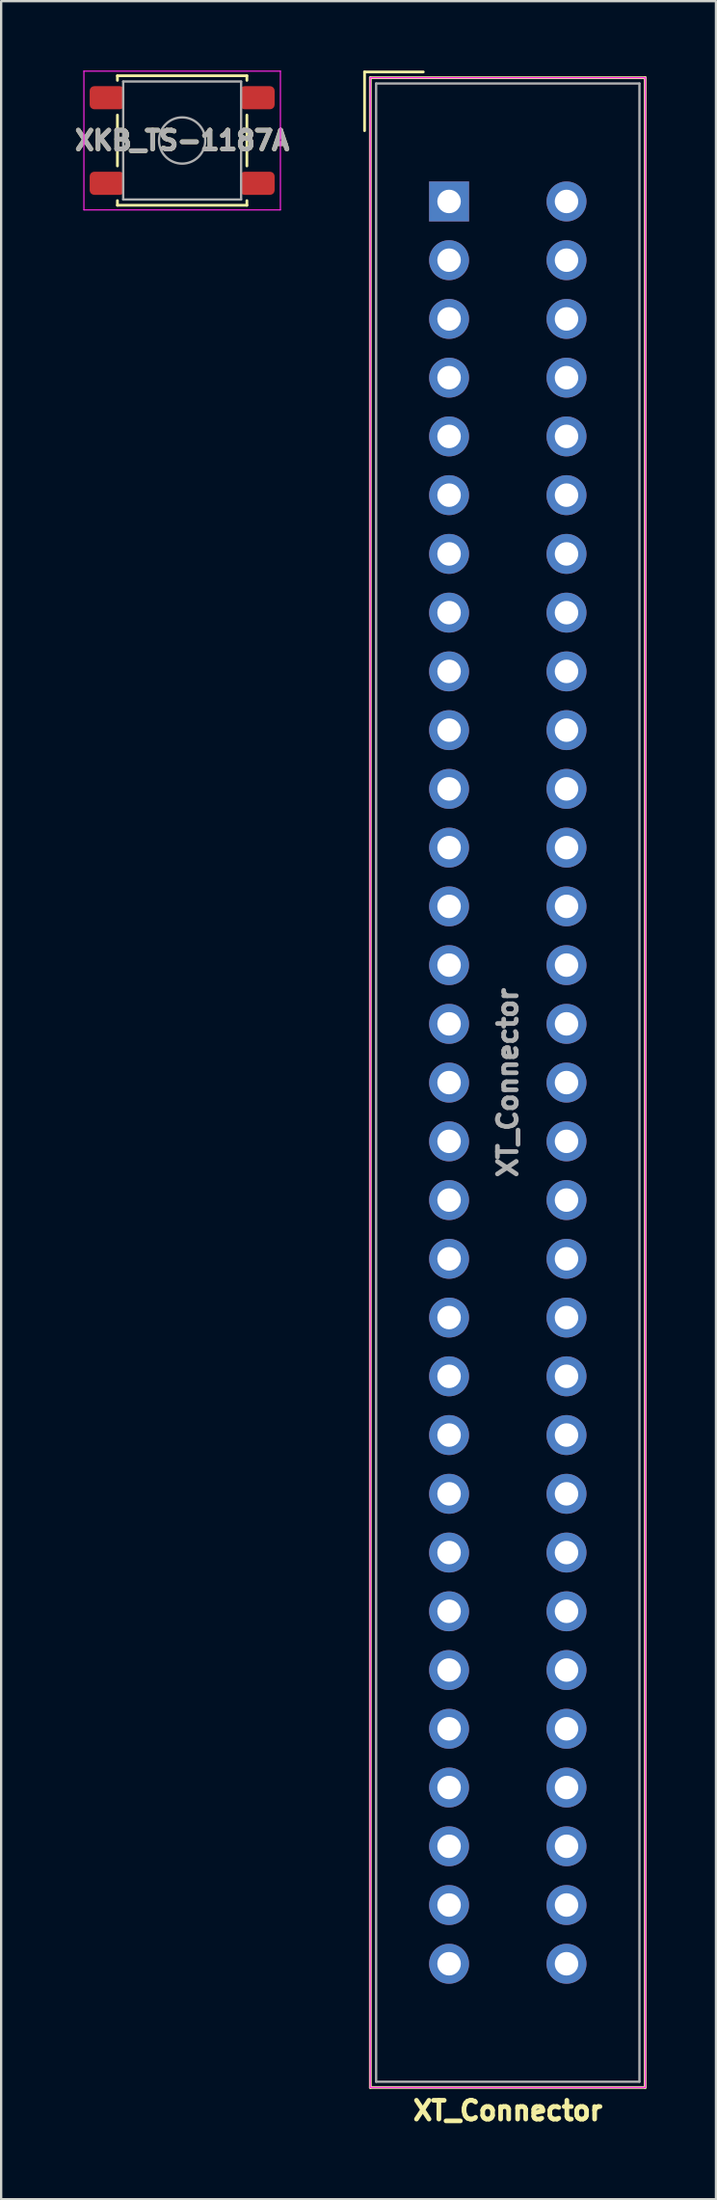
<source format=kicad_pcb>
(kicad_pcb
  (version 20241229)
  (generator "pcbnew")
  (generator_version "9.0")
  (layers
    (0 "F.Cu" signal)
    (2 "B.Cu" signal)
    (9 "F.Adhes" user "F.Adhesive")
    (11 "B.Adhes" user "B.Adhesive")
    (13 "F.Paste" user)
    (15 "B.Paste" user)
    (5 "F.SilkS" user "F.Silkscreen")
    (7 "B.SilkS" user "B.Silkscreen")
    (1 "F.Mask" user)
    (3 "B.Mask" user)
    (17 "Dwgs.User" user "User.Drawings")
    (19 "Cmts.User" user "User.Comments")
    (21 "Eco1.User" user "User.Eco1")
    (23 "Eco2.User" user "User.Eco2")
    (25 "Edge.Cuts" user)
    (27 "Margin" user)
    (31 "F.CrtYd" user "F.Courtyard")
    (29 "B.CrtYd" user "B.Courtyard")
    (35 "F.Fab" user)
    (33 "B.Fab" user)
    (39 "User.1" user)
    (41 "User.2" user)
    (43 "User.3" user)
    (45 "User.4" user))
  (footprint "XT_Connector"
    (layer "F.Cu")
    (at 16.374 5.66)
    (property "Reference" "XT_Connector" (at 2.54 38.1 90) (layer "F.Fab") (effects (font (size 0.813 0.813) (thickness 0.203))))
    (attr through_hole)
    (fp_line (start -3.655 -5.6) (end -3.655 -3.06) (stroke (width 0.12) (type solid)) (layer "F.SilkS"))
    (fp_line (start -3.655 -5.6) (end -1.115 -5.6) (stroke (width 0.12) (type solid)) (layer "F.SilkS"))
    (fp_line (start -3.405 -5.35) (end 8.485 -5.35) (stroke (width 0.12) (type solid)) (layer "F.SilkS"))
    (fp_line (start -3.405 81.55) (end -3.405 -5.35) (stroke (width 0.12) (type solid)) (layer "F.SilkS"))
    (fp_line (start 8.485 -5.35) (end 8.485 81.55) (stroke (width 0.12) (type solid)) (layer "F.SilkS"))
    (fp_line (start 8.485 81.55) (end -3.405 81.55) (stroke (width 0.12) (type solid)) (layer "F.SilkS"))
    (fp_line (start -3.41 -5.35) (end 8.49 -5.35) (stroke (width 0.05) (type solid)) (layer "F.CrtYd"))
    (fp_line (start -3.41 81.55) (end -3.41 -5.35) (stroke (width 0.05) (type solid)) (layer "F.CrtYd"))
    (fp_line (start 8.49 -5.35) (end 8.49 81.55) (stroke (width 0.05) (type solid)) (layer "F.CrtYd"))
    (fp_line (start 8.49 81.55) (end -3.41 81.55) (stroke (width 0.05) (type solid)) (layer "F.CrtYd"))
    (fp_line (start -3.155 -5.1) (end -3.155 81.3) (stroke (width 0.1) (type solid)) (layer "F.Fab"))
    (fp_line (start 8.235 -5.1) (end -3.155 -5.1) (stroke (width 0.1) (type solid)) (layer "F.Fab"))
    (fp_line (start 8.235 -5.1) (end 8.235 81.3) (stroke (width 0.1) (type solid)) (layer "F.Fab"))
    (fp_line (start 8.235 81.3) (end -3.155 81.3) (stroke (width 0.1) (type solid)) (layer "F.Fab"))
    (fp_text user "${REFERENCE}" (at 2.54 82.55 180) (layer "F.SilkS") (effects (font (size 0.813 0.813) (thickness 0.203))))
    (pad "A1" thru_hole oval (at 5.08 0) (size 1.727 1.727) (drill 1.016) (layers "*.Cu" "*.Mask"))
    (pad "A2" thru_hole oval (at 5.08 2.54) (size 1.727 1.727) (drill 1.016) (layers "*.Cu" "*.Mask"))
    (pad "A3" thru_hole oval (at 5.08 5.08) (size 1.727 1.727) (drill 1.016) (layers "*.Cu" "*.Mask"))
    (pad "A4" thru_hole oval (at 5.08 7.62) (size 1.727 1.727) (drill 1.016) (layers "*.Cu" "*.Mask"))
    (pad "A5" thru_hole oval (at 5.08 10.16) (size 1.727 1.727) (drill 1.016) (layers "*.Cu" "*.Mask"))
    (pad "A6" thru_hole oval (at 5.08 12.7) (size 1.727 1.727) (drill 1.016) (layers "*.Cu" "*.Mask"))
    (pad "A7" thru_hole oval (at 5.08 15.24) (size 1.727 1.727) (drill 1.016) (layers "*.Cu" "*.Mask"))
    (pad "A8" thru_hole oval (at 5.08 17.78) (size 1.727 1.727) (drill 1.016) (layers "*.Cu" "*.Mask"))
    (pad "A9" thru_hole oval (at 5.08 20.32) (size 1.727 1.727) (drill 1.016) (layers "*.Cu" "*.Mask"))
    (pad "A10" thru_hole oval (at 5.08 22.86) (size 1.727 1.727) (drill 1.016) (layers "*.Cu" "*.Mask"))
    (pad "A11" thru_hole oval (at 5.08 25.4) (size 1.727 1.727) (drill 1.016) (layers "*.Cu" "*.Mask"))
    (pad "A12" thru_hole oval (at 5.08 27.94) (size 1.727 1.727) (drill 1.016) (layers "*.Cu" "*.Mask"))
    (pad "A13" thru_hole oval (at 5.08 30.48) (size 1.727 1.727) (drill 1.016) (layers "*.Cu" "*.Mask"))
    (pad "A14" thru_hole oval (at 5.08 33.02) (size 1.727 1.727) (drill 1.016) (layers "*.Cu" "*.Mask"))
    (pad "A15" thru_hole oval (at 5.08 35.56) (size 1.727 1.727) (drill 1.016) (layers "*.Cu" "*.Mask"))
    (pad "A16" thru_hole oval (at 5.08 38.1) (size 1.727 1.727) (drill 1.016) (layers "*.Cu" "*.Mask"))
    (pad "A17" thru_hole oval (at 5.08 40.64) (size 1.727 1.727) (drill 1.016) (layers "*.Cu" "*.Mask"))
    (pad "A18" thru_hole oval (at 5.08 43.18) (size 1.727 1.727) (drill 1.016) (layers "*.Cu" "*.Mask"))
    (pad "A19" thru_hole oval (at 5.08 45.72) (size 1.727 1.727) (drill 1.016) (layers "*.Cu" "*.Mask"))
    (pad "A20" thru_hole oval (at 5.08 48.26) (size 1.727 1.727) (drill 1.016) (layers "*.Cu" "*.Mask"))
    (pad "A21" thru_hole oval (at 5.08 50.8) (size 1.727 1.727) (drill 1.016) (layers "*.Cu" "*.Mask"))
    (pad "A22" thru_hole oval (at 5.08 53.34) (size 1.727 1.727) (drill 1.016) (layers "*.Cu" "*.Mask"))
    (pad "A23" thru_hole oval (at 5.08 55.88) (size 1.727 1.727) (drill 1.016) (layers "*.Cu" "*.Mask"))
    (pad "A24" thru_hole oval (at 5.08 58.42) (size 1.727 1.727) (drill 1.016) (layers "*.Cu" "*.Mask"))
    (pad "A25" thru_hole oval (at 5.08 60.96) (size 1.727 1.727) (drill 1.016) (layers "*.Cu" "*.Mask"))
    (pad "A26" thru_hole oval (at 5.08 63.5) (size 1.727 1.727) (drill 1.016) (layers "*.Cu" "*.Mask"))
    (pad "A27" thru_hole oval (at 5.08 66.04) (size 1.727 1.727) (drill 1.016) (layers "*.Cu" "*.Mask"))
    (pad "A28" thru_hole oval (at 5.08 68.58) (size 1.727 1.727) (drill 1.016) (layers "*.Cu" "*.Mask"))
    (pad "A29" thru_hole oval (at 5.08 71.12) (size 1.727 1.727) (drill 1.016) (layers "*.Cu" "*.Mask"))
    (pad "A30" thru_hole oval (at 5.08 73.66) (size 1.727 1.727) (drill 1.016) (layers "*.Cu" "*.Mask"))
    (pad "A31" thru_hole oval (at 5.08 76.2) (size 1.727 1.727) (drill 1.016) (layers "*.Cu" "*.Mask"))
    (pad "B1" thru_hole rect (at 0 0) (size 1.727 1.727) (drill 1.016) (layers "*.Cu" "*.Mask"))
    (pad "B2" thru_hole oval (at 0 2.54) (size 1.727 1.727) (drill 1.016) (layers "*.Cu" "*.Mask"))
    (pad "B3" thru_hole oval (at 0 5.08) (size 1.727 1.727) (drill 1.016) (layers "*.Cu" "*.Mask"))
    (pad "B4" thru_hole oval (at 0 7.62) (size 1.727 1.727) (drill 1.016) (layers "*.Cu" "*.Mask"))
    (pad "B5" thru_hole oval (at 0 10.16) (size 1.727 1.727) (drill 1.016) (layers "*.Cu" "*.Mask"))
    (pad "B6" thru_hole oval (at 0 12.7) (size 1.727 1.727) (drill 1.016) (layers "*.Cu" "*.Mask"))
    (pad "B7" thru_hole oval (at 0 15.24) (size 1.727 1.727) (drill 1.016) (layers "*.Cu" "*.Mask"))
    (pad "B8" thru_hole oval (at 0 17.78) (size 1.727 1.727) (drill 1.016) (layers "*.Cu" "*.Mask"))
    (pad "B9" thru_hole oval (at 0 20.32) (size 1.727 1.727) (drill 1.016) (layers "*.Cu" "*.Mask"))
    (pad "B10" thru_hole oval (at 0 22.86) (size 1.727 1.727) (drill 1.016) (layers "*.Cu" "*.Mask"))
    (pad "B11" thru_hole oval (at 0 25.4) (size 1.727 1.727) (drill 1.016) (layers "*.Cu" "*.Mask"))
    (pad "B12" thru_hole oval (at 0 27.94) (size 1.727 1.727) (drill 1.016) (layers "*.Cu" "*.Mask"))
    (pad "B13" thru_hole oval (at 0 30.48) (size 1.727 1.727) (drill 1.016) (layers "*.Cu" "*.Mask"))
    (pad "B14" thru_hole oval (at 0 33.02) (size 1.727 1.727) (drill 1.016) (layers "*.Cu" "*.Mask"))
    (pad "B15" thru_hole oval (at 0 35.56) (size 1.727 1.727) (drill 1.016) (layers "*.Cu" "*.Mask"))
    (pad "B16" thru_hole oval (at 0 38.1) (size 1.727 1.727) (drill 1.016) (layers "*.Cu" "*.Mask"))
    (pad "B17" thru_hole oval (at 0 40.64) (size 1.727 1.727) (drill 1.016) (layers "*.Cu" "*.Mask"))
    (pad "B18" thru_hole oval (at 0 43.18) (size 1.727 1.727) (drill 1.016) (layers "*.Cu" "*.Mask"))
    (pad "B19" thru_hole oval (at 0 45.72) (size 1.727 1.727) (drill 1.016) (layers "*.Cu" "*.Mask"))
    (pad "B20" thru_hole oval (at 0 48.26) (size 1.727 1.727) (drill 1.016) (layers "*.Cu" "*.Mask"))
    (pad "B21" thru_hole oval (at 0 50.8) (size 1.727 1.727) (drill 1.016) (layers "*.Cu" "*.Mask"))
    (pad "B22" thru_hole oval (at 0 53.34) (size 1.727 1.727) (drill 1.016) (layers "*.Cu" "*.Mask"))
    (pad "B23" thru_hole oval (at 0 55.88) (size 1.727 1.727) (drill 1.016) (layers "*.Cu" "*.Mask"))
    (pad "B24" thru_hole oval (at 0 58.42) (size 1.727 1.727) (drill 1.016) (layers "*.Cu" "*.Mask"))
    (pad "B25" thru_hole oval (at 0 60.96) (size 1.727 1.727) (drill 1.016) (layers "*.Cu" "*.Mask"))
    (pad "B26" thru_hole oval (at 0 63.5) (size 1.727 1.727) (drill 1.016) (layers "*.Cu" "*.Mask"))
    (pad "B27" thru_hole oval (at 0 66.04) (size 1.727 1.727) (drill 1.016) (layers "*.Cu" "*.Mask"))
    (pad "B28" thru_hole oval (at 0 68.58) (size 1.727 1.727) (drill 1.016) (layers "*.Cu" "*.Mask"))
    (pad "B29" thru_hole oval (at 0 71.12) (size 1.727 1.727) (drill 1.016) (layers "*.Cu" "*.Mask"))
    (pad "B30" thru_hole oval (at 0 73.66) (size 1.727 1.727) (drill 1.016) (layers "*.Cu" "*.Mask"))
    (pad "B31" thru_hole oval (at 0 76.2) (size 1.727 1.727) (drill 1.016) (layers "*.Cu" "*.Mask")))
  (footprint "XKB_TS-1187A"
    (layer "F.Cu")
    (at 4.829 3.025)
    (property "Reference" "XKB_TS-1187A" (at 0 0 0) (layer "F.Fab") (effects (font (size 0.813 0.813) (thickness 0.203))))
    (attr smd)
    (fp_line (start -2.8 -2.8) (end 2.8 -2.8) (stroke (width 0.12) (type solid)) (layer "F.SilkS"))
    (fp_line (start -2.8 -2.6) (end -2.8 -2.8) (stroke (width 0.12) (type solid)) (layer "F.SilkS"))
    (fp_line (start -2.8 -1.1) (end -2.8 1.1) (stroke (width 0.12) (type solid)) (layer "F.SilkS"))
    (fp_line (start -2.8 2.8) (end -2.8 2.6) (stroke (width 0.12) (type solid)) (layer "F.SilkS"))
    (fp_line (start 2.8 -2.8) (end 2.8 -2.6) (stroke (width 0.12) (type solid)) (layer "F.SilkS"))
    (fp_line (start 2.8 -1.1) (end 2.8 1.1) (stroke (width 0.12) (type solid)) (layer "F.SilkS"))
    (fp_line (start 2.8 2.6) (end 2.8 2.8) (stroke (width 0.12) (type solid)) (layer "F.SilkS"))
    (fp_line (start 2.8 2.8) (end -2.8 2.8) (stroke (width 0.12) (type solid)) (layer "F.SilkS"))
    (fp_line (start -4.25 -3) (end -4.25 3) (stroke (width 0.05) (type solid)) (layer "F.CrtYd"))
    (fp_line (start -4.25 -3) (end 4.25 -3) (stroke (width 0.05) (type solid)) (layer "F.CrtYd"))
    (fp_line (start -4.25 3) (end 4.25 3) (stroke (width 0.05) (type solid)) (layer "F.CrtYd"))
    (fp_line (start 4.25 3) (end 4.25 -3) (stroke (width 0.05) (type solid)) (layer "F.CrtYd"))
    (fp_line (start -2.55 -2.55) (end -2.55 2.55) (stroke (width 0.1) (type solid)) (layer "F.Fab"))
    (fp_line (start -2.55 2.55) (end 2.55 2.55) (stroke (width 0.1) (type solid)) (layer "F.Fab"))
    (fp_line (start 2.55 -2.55) (end -2.55 -2.55) (stroke (width 0.1) (type solid)) (layer "F.Fab"))
    (fp_line (start 2.55 2.55) (end 2.55 -2.55) (stroke (width 0.1) (type solid)) (layer "F.Fab"))
    (fp_circle (center 0 0) (end 1 0) (stroke (width 0.1) (type solid)) (fill no) (layer "F.Fab"))
    (fp_text user "${REFERENCE}" (at 0 0 0) (layer "F.SilkS") (effects (font (size 0.813 0.813) (thickness 0.203))))
    (pad "1" smd roundrect (at -3.25 -1.85) (size 1.5 1) (layers "F.Cu" "F.Mask" "F.Paste") (roundrect_rratio 0.2))
    (pad "1" smd roundrect (at 3.25 -1.85) (size 1.5 1) (layers "F.Cu" "F.Mask" "F.Paste") (roundrect_rratio 0.2))
    (pad "2" smd roundrect (at -3.25 1.85) (size 1.5 1) (layers "F.Cu" "F.Mask" "F.Paste") (roundrect_rratio 0.2))
    (pad "2" smd roundrect (at 3.25 1.85) (size 1.5 1) (layers "F.Cu" "F.Mask" "F.Paste") (roundrect_rratio 0.2)))
  (gr_rect
    (start -3 -3)
    (end 27.919 92.042)
    (stroke (width 0.1) (type default))
    (fill no)
    (layer "Edge.Cuts")))
</source>
